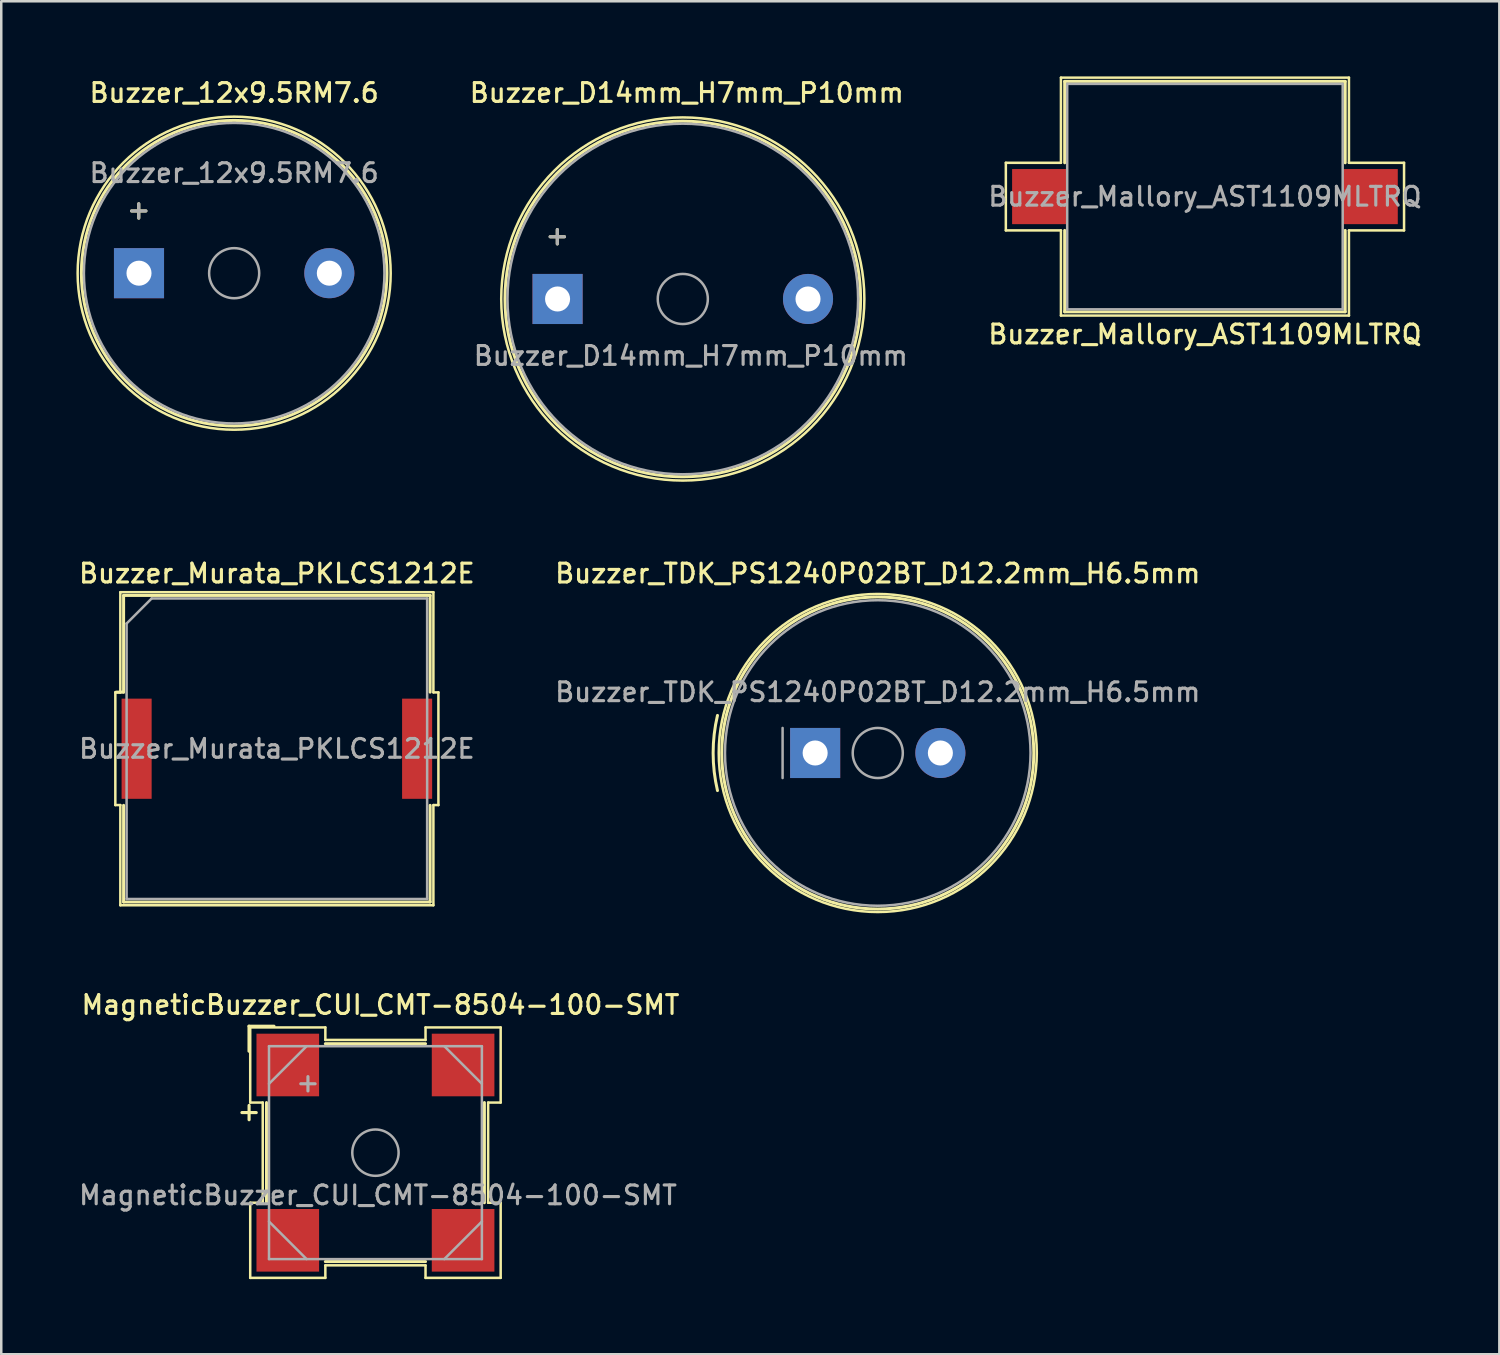
<source format=kicad_pcb>
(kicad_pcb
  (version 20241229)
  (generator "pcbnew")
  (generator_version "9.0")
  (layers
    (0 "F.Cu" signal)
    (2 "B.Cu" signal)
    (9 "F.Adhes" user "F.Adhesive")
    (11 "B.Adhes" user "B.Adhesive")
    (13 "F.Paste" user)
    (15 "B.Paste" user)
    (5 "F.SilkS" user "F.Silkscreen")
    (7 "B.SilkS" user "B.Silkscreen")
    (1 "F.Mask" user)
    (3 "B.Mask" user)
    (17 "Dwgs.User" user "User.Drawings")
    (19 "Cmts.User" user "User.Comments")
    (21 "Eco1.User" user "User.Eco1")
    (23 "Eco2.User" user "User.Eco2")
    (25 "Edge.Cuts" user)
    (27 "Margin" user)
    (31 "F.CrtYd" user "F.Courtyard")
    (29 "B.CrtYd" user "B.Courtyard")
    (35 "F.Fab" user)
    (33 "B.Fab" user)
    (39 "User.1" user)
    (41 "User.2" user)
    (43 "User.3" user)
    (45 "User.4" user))
  (footprint "Buzzer_TDK_PS1240P02BT_D12.2mm_H6.5mm"
    (layer "F.Cu")
    (at 29.498 27.016)
    (property "Reference" "Buzzer_TDK_PS1240P02BT_D12.2mm_H6.5mm" (at 2.5 -7.17 0) (layer "F.SilkS") (effects (font (size 0.75 0.75) (thickness 0.125))))
    (attr through_hole)
    (fp_arc (start -3.9 1.499999) (mid -4.073431 0) (end -3.9 -1.5) (stroke (width 0.12) (type solid)) (layer "F.SilkS"))
    (fp_circle (center 2.5 0) (end 8.73 0) (stroke (width 0.12) (type solid)) (fill no) (layer "F.SilkS"))
    (fp_circle (center 2.5 0) (end 8.85 0) (stroke (width 0.1) (type solid)) (fill no) (layer "F.SilkS"))
    (fp_line (start -1.3 -1) (end -1.3 1) (stroke (width 0.1) (type solid)) (layer "F.Fab"))
    (fp_circle (center 2.5 0) (end 3.5 0) (stroke (width 0.1) (type solid)) (fill no) (layer "F.Fab"))
    (fp_circle (center 2.5 0) (end 8.6 0) (stroke (width 0.1) (type solid)) (fill no) (layer "F.Fab"))
    (fp_text user "${REFERENCE}" (at 2.5 -2.43 0) (layer "F.Fab") (effects (font (size 0.75 0.75) (thickness 0.125))))
    (pad "1" thru_hole rect (at 0 0) (size 2 2) (drill 1) (layers "*.Cu" "*.Mask"))
    (pad "2" thru_hole circle (at 5 0) (size 2 2) (drill 1) (layers "*.Cu" "*.Mask")))
  (footprint "Buzzer_12x9.5RM7.6"
    (layer "F.Cu")
    (at 2.5 7.858)
    (property "Reference" "Buzzer_12x9.5RM7.6" (at 3.8 -7.2 0) (layer "F.SilkS") (effects (font (size 0.75 0.75) (thickness 0.125))))
    (attr through_hole)
    (fp_circle (center 3.8 0) (end 9.9 0) (stroke (width 0.12) (type solid)) (fill no) (layer "F.SilkS"))
    (fp_circle (center 3.8 0) (end 10.05 0) (stroke (width 0.1) (type solid)) (fill no) (layer "F.SilkS"))
    (fp_circle (center 3.8 0) (end 4.8 0) (stroke (width 0.1) (type solid)) (fill no) (layer "F.Fab"))
    (fp_circle (center 3.8 0) (end 9.8 0) (stroke (width 0.1) (type solid)) (fill no) (layer "F.Fab"))
    (fp_text user "+" (at -0.01 -2.54 0) (layer "F.SilkS") (effects (font (size 0.75 0.75) (thickness 0.125))))
    (fp_text user "+" (at -0.01 -2.54 0) (layer "F.Fab") (effects (font (size 0.75 0.75) (thickness 0.125))))
    (fp_text user "${REFERENCE}" (at 3.8 -4 0) (layer "F.Fab") (effects (font (size 0.75 0.75) (thickness 0.125))))
    (pad "1" thru_hole rect (at 0 0) (size 2 2) (drill 1) (layers "*.Cu" "*.Mask"))
    (pad "2" thru_hole circle (at 7.6 0) (size 2 2) (drill 1) (layers "*.Cu" "*.Mask")))
  (footprint "Buzzer_D14mm_H7mm_P10mm"
    (layer "F.Cu")
    (at 19.213 8.888)
    (property "Reference" "Buzzer_D14mm_H7mm_P10mm" (at 5.16 -8.23 0) (layer "F.SilkS") (effects (font (size 0.75 0.75) (thickness 0.125))))
    (attr through_hole)
    (fp_circle (center 5 0) (end 12.1 0) (stroke (width 0.12) (type solid)) (fill no) (layer "F.SilkS"))
    (fp_circle (center 5 0) (end 12.25 0) (stroke (width 0.1) (type solid)) (fill no) (layer "F.SilkS"))
    (fp_circle (center 5 0) (end 6 0) (stroke (width 0.1) (type solid)) (fill no) (layer "F.Fab"))
    (fp_circle (center 5 0) (end 12 0) (stroke (width 0.1) (type solid)) (fill no) (layer "F.Fab"))
    (fp_text user "+" (at -0.01 -2.54 0) (layer "F.SilkS") (effects (font (size 0.75 0.75) (thickness 0.125))))
    (fp_text user "${REFERENCE}" (at 5.32 2.27 0) (layer "F.Fab") (effects (font (size 0.75 0.75) (thickness 0.125))))
    (fp_text user "+" (at -0.01 -2.54 0) (layer "F.Fab") (effects (font (size 0.75 0.75) (thickness 0.125))))
    (pad "1" thru_hole rect (at 0 0) (size 2 2) (drill 1) (layers "*.Cu" "*.Mask"))
    (pad "2" thru_hole circle (at 10 0) (size 2 2) (drill 1) (layers "*.Cu" "*.Mask")))
  (footprint "Buzzer_Mallory_AST1109MLTRQ"
    (layer "F.Cu")
    (at 45.062 4.8)
    (property "Reference" "Buzzer_Mallory_AST1109MLTRQ" (at 0 5.5 180) (layer "F.SilkS") (effects (font (size 0.75 0.75) (thickness 0.125))))
    (attr smd)
    (fp_line (start -7.95 -1.35) (end -5.75 -1.35) (stroke (width 0.1) (type solid)) (layer "F.SilkS"))
    (fp_line (start -7.95 1.35) (end -7.95 -1.35) (stroke (width 0.1) (type solid)) (layer "F.SilkS"))
    (fp_line (start -5.75 -4.75) (end 5.75 -4.75) (stroke (width 0.1) (type solid)) (layer "F.SilkS"))
    (fp_line (start -5.75 -1.35) (end -5.75 -4.75) (stroke (width 0.1) (type solid)) (layer "F.SilkS"))
    (fp_line (start -5.75 1.35) (end -7.95 1.35) (stroke (width 0.1) (type solid)) (layer "F.SilkS"))
    (fp_line (start -5.75 4.75) (end -5.75 1.35) (stroke (width 0.1) (type solid)) (layer "F.SilkS"))
    (fp_line (start -5.6 -4.6) (end 5.6 -4.6) (stroke (width 0.12) (type solid)) (layer "F.SilkS"))
    (fp_line (start -5.6 -1.35) (end -5.6 -4.6) (stroke (width 0.12) (type solid)) (layer "F.SilkS"))
    (fp_line (start -5.6 4.6) (end -5.6 1.35) (stroke (width 0.12) (type solid)) (layer "F.SilkS"))
    (fp_line (start 5.6 -4.6) (end 5.6 -1.35) (stroke (width 0.12) (type solid)) (layer "F.SilkS"))
    (fp_line (start 5.6 1.35) (end 5.6 4.6) (stroke (width 0.12) (type solid)) (layer "F.SilkS"))
    (fp_line (start 5.6 4.6) (end -5.6 4.6) (stroke (width 0.12) (type solid)) (layer "F.SilkS"))
    (fp_line (start 5.75 -4.75) (end 5.75 -1.35) (stroke (width 0.1) (type solid)) (layer "F.SilkS"))
    (fp_line (start 5.75 -1.35) (end 7.95 -1.35) (stroke (width 0.1) (type solid)) (layer "F.SilkS"))
    (fp_line (start 5.75 1.35) (end 5.75 4.75) (stroke (width 0.1) (type solid)) (layer "F.SilkS"))
    (fp_line (start 5.75 4.75) (end -5.75 4.75) (stroke (width 0.1) (type solid)) (layer "F.SilkS"))
    (fp_line (start 7.95 -1.35) (end 7.95 1.35) (stroke (width 0.1) (type solid)) (layer "F.SilkS"))
    (fp_line (start 7.95 1.35) (end 5.75 1.35) (stroke (width 0.1) (type solid)) (layer "F.SilkS"))
    (fp_line (start -5.5 -4.5) (end 5.5 -4.5) (stroke (width 0.1) (type solid)) (layer "F.Fab"))
    (fp_line (start -5.5 4.5) (end -5.5 -4.5) (stroke (width 0.1) (type solid)) (layer "F.Fab"))
    (fp_line (start 5.5 -4.5) (end 5.5 4.5) (stroke (width 0.1) (type solid)) (layer "F.Fab"))
    (fp_line (start 5.5 4.5) (end -5.5 4.5) (stroke (width 0.1) (type solid)) (layer "F.Fab"))
    (fp_text user "${REFERENCE}" (at 0 0 180) (layer "F.Fab") (effects (font (size 0.75 0.75) (thickness 0.125))))
    (pad "1" smd rect (at -6.6 0) (size 2.2 2.2) (layers "F.Cu" "F.Mask" "F.Paste"))
    (pad "2" smd rect (at 6.6 0) (size 2.2 2.2) (layers "F.Cu" "F.Mask" "F.Paste")))
  (footprint "Buzzer_Murata_PKLCS1212E"
    (layer "F.Cu")
    (at 8.005 26.846)
    (property "Reference" "Buzzer_Murata_PKLCS1212E" (at 0 -7 0) (layer "F.SilkS") (effects (font (size 0.75 0.75) (thickness 0.125))))
    (attr smd)
    (fp_line (start -6.45 2.25) (end -6.45 -2.25) (stroke (width 0.1) (type solid)) (layer "F.SilkS"))
    (fp_line (start -6.25 -6.25) (end 6.25 -6.25) (stroke (width 0.1) (type solid)) (layer "F.SilkS"))
    (fp_line (start -6.25 -2.25) (end -6.45 -2.25) (stroke (width 0.1) (type solid)) (layer "F.SilkS"))
    (fp_line (start -6.25 -2.25) (end -6.25 -6.25) (stroke (width 0.1) (type solid)) (layer "F.SilkS"))
    (fp_line (start -6.25 2.25) (end -6.45 2.25) (stroke (width 0.1) (type solid)) (layer "F.SilkS"))
    (fp_line (start -6.25 6.25) (end -6.25 2.25) (stroke (width 0.1) (type solid)) (layer "F.SilkS"))
    (fp_line (start -6.12 -6.12) (end 6.12 -6.12) (stroke (width 0.12) (type solid)) (layer "F.SilkS"))
    (fp_line (start -6.12 -2.26) (end -6.42 -2.26) (stroke (width 0.12) (type solid)) (layer "F.SilkS"))
    (fp_line (start -6.12 -2.26) (end -6.12 -6.12) (stroke (width 0.12) (type solid)) (layer "F.SilkS"))
    (fp_line (start -6.12 6.12) (end -6.12 2.26) (stroke (width 0.12) (type solid)) (layer "F.SilkS"))
    (fp_line (start 6.12 -6.12) (end 6.12 -2.26) (stroke (width 0.12) (type solid)) (layer "F.SilkS"))
    (fp_line (start 6.12 2.26) (end 6.12 6.12) (stroke (width 0.12) (type solid)) (layer "F.SilkS"))
    (fp_line (start 6.12 6.12) (end -6.12 6.12) (stroke (width 0.12) (type solid)) (layer "F.SilkS"))
    (fp_line (start 6.25 -2.25) (end 6.25 -6.25) (stroke (width 0.1) (type solid)) (layer "F.SilkS"))
    (fp_line (start 6.25 -2.25) (end 6.45 -2.25) (stroke (width 0.1) (type solid)) (layer "F.SilkS"))
    (fp_line (start 6.25 2.25) (end 6.45 2.25) (stroke (width 0.1) (type solid)) (layer "F.SilkS"))
    (fp_line (start 6.25 6.25) (end -6.25 6.25) (stroke (width 0.1) (type solid)) (layer "F.SilkS"))
    (fp_line (start 6.25 6.25) (end 6.25 2.25) (stroke (width 0.1) (type solid)) (layer "F.SilkS"))
    (fp_line (start 6.45 2.25) (end 6.45 -2.25) (stroke (width 0.1) (type solid)) (layer "F.SilkS"))
    (fp_line (start -6 -5) (end -5 -6) (stroke (width 0.1) (type solid)) (layer "F.Fab"))
    (fp_line (start -6 6) (end -6 -5) (stroke (width 0.1) (type solid)) (layer "F.Fab"))
    (fp_line (start -5 -6) (end 6 -6) (stroke (width 0.1) (type solid)) (layer "F.Fab"))
    (fp_line (start 6 -6) (end 6 6) (stroke (width 0.1) (type solid)) (layer "F.Fab"))
    (fp_line (start 6 6) (end -6 6) (stroke (width 0.1) (type solid)) (layer "F.Fab"))
    (fp_text user "${REFERENCE}" (at 0 0 0) (layer "F.Fab") (effects (font (size 0.75 0.75) (thickness 0.125))))
    (pad "1" smd rect (at -5.6 0) (size 1.2 4) (layers "F.Cu" "F.Mask" "F.Paste"))
    (pad "2" smd rect (at 5.6 0) (size 1.2 4) (layers "F.Cu" "F.Mask" "F.Paste")))
  (footprint "MagneticBuzzer_CUI_CMT-8504-100-SMT"
    (layer "F.Cu")
    (at 11.941 42.974)
    (property "Reference" "MagneticBuzzer_CUI_CMT-8504-100-SMT" (at 0.2 -5.9 0) (layer "F.SilkS") (effects (font (size 0.75 0.75) (thickness 0.125))))
    (attr smd)
    (fp_line (start -5.05 -5.05) (end -4.05 -5.05) (stroke (width 0.12) (type solid)) (layer "F.SilkS"))
    (fp_line (start -5.05 -4.05) (end -5.05 -5.05) (stroke (width 0.12) (type solid)) (layer "F.SilkS"))
    (fp_line (start -5 -5) (end -2 -5) (stroke (width 0.1) (type solid)) (layer "F.SilkS"))
    (fp_line (start -5 -2) (end -5 -5) (stroke (width 0.1) (type solid)) (layer "F.SilkS"))
    (fp_line (start -5 -2) (end -4.5 -2) (stroke (width 0.1) (type solid)) (layer "F.SilkS"))
    (fp_line (start -5 2) (end -5 5) (stroke (width 0.1) (type solid)) (layer "F.SilkS"))
    (fp_line (start -4.5 -2) (end -4.5 2) (stroke (width 0.1) (type solid)) (layer "F.SilkS"))
    (fp_line (start -4.5 2) (end -5 2) (stroke (width 0.1) (type solid)) (layer "F.SilkS"))
    (fp_line (start -4.35 -2) (end -4.35 2) (stroke (width 0.12) (type solid)) (layer "F.SilkS"))
    (fp_line (start -2 -5) (end -2 -4.5) (stroke (width 0.1) (type solid)) (layer "F.SilkS"))
    (fp_line (start -2 -4.5) (end 2 -4.5) (stroke (width 0.1) (type solid)) (layer "F.SilkS"))
    (fp_line (start -2 4.35) (end 2 4.35) (stroke (width 0.12) (type solid)) (layer "F.SilkS"))
    (fp_line (start -2 4.5) (end -2 5) (stroke (width 0.1) (type solid)) (layer "F.SilkS"))
    (fp_line (start -2 5) (end -5 5) (stroke (width 0.1) (type solid)) (layer "F.SilkS"))
    (fp_line (start 2 -5) (end 5 -5) (stroke (width 0.1) (type solid)) (layer "F.SilkS"))
    (fp_line (start 2 -4.5) (end 2 -5) (stroke (width 0.1) (type solid)) (layer "F.SilkS"))
    (fp_line (start 2 -4.35) (end -2 -4.35) (stroke (width 0.12) (type solid)) (layer "F.SilkS"))
    (fp_line (start 2 4.5) (end -2 4.5) (stroke (width 0.1) (type solid)) (layer "F.SilkS"))
    (fp_line (start 2 5) (end 2 4.5) (stroke (width 0.1) (type solid)) (layer "F.SilkS"))
    (fp_line (start 4.35 2) (end 4.35 -2) (stroke (width 0.12) (type solid)) (layer "F.SilkS"))
    (fp_line (start 4.5 -2) (end 4.5 2) (stroke (width 0.1) (type solid)) (layer "F.SilkS"))
    (fp_line (start 4.5 2) (end 5 2) (stroke (width 0.1) (type solid)) (layer "F.SilkS"))
    (fp_line (start 5 -2) (end 4.5 -2) (stroke (width 0.1) (type solid)) (layer "F.SilkS"))
    (fp_line (start 5 -2) (end 5 -5) (stroke (width 0.1) (type solid)) (layer "F.SilkS"))
    (fp_line (start 5 2) (end 5 5) (stroke (width 0.1) (type solid)) (layer "F.SilkS"))
    (fp_line (start 5 5) (end 2 5) (stroke (width 0.1) (type solid)) (layer "F.SilkS"))
    (fp_line (start -4.25 -4.25) (end 4.25 -4.25) (stroke (width 0.1) (type solid)) (layer "F.Fab"))
    (fp_line (start -4.25 -2.75) (end -2.75 -4.25) (stroke (width 0.1) (type solid)) (layer "F.Fab"))
    (fp_line (start -4.25 4.25) (end -4.25 -4.25) (stroke (width 0.1) (type solid)) (layer "F.Fab"))
    (fp_line (start -2.75 4.25) (end -4.25 2.75) (stroke (width 0.1) (type solid)) (layer "F.Fab"))
    (fp_line (start 2.75 -4.25) (end 4.25 -2.75) (stroke (width 0.1) (type solid)) (layer "F.Fab"))
    (fp_line (start 4.25 -4.25) (end 4.25 4.25) (stroke (width 0.1) (type solid)) (layer "F.Fab"))
    (fp_line (start 4.25 2.75) (end 2.75 4.25) (stroke (width 0.1) (type solid)) (layer "F.Fab"))
    (fp_line (start 4.25 4.25) (end -4.25 4.25) (stroke (width 0.1) (type solid)) (layer "F.Fab"))
    (fp_circle (center 0 0) (end 0.925 0) (stroke (width 0.1) (type solid)) (fill no) (layer "F.Fab"))
    (fp_text user "+" (at -5.1 -1.6 270) (layer "F.SilkS") (effects (font (size 0.75 0.75) (thickness 0.125))))
    (fp_text user "+" (at -2.75 -2.75 270) (layer "F.Fab") (effects (font (size 0.75 0.75) (thickness 0.125))))
    (fp_text user "${REFERENCE}" (at 0.1 1.7 0) (layer "F.Fab") (effects (font (size 0.75 0.75) (thickness 0.125))))
    (pad "1" smd rect (at -3.5 -3.5 270) (size 2.5 2.5) (layers "F.Cu" "F.Mask" "F.Paste"))
    (pad "2" smd rect (at -3.5 3.5 270) (size 2.5 2.5) (layers "F.Cu" "F.Mask" "F.Paste"))
    (pad "3" smd rect (at 3.5 3.5 270) (size 2.5 2.5) (layers "F.Cu" "F.Mask" "F.Paste"))
    (pad "4" smd rect (at 3.5 -3.5 270) (size 2.5 2.5) (layers "F.Cu" "F.Mask" "F.Paste")))
  (gr_rect
    (start -3 -3)
    (end 56.817 51.024)
    (stroke (width 0.1) (type default))
    (fill no)
    (layer "Edge.Cuts")))
</source>
